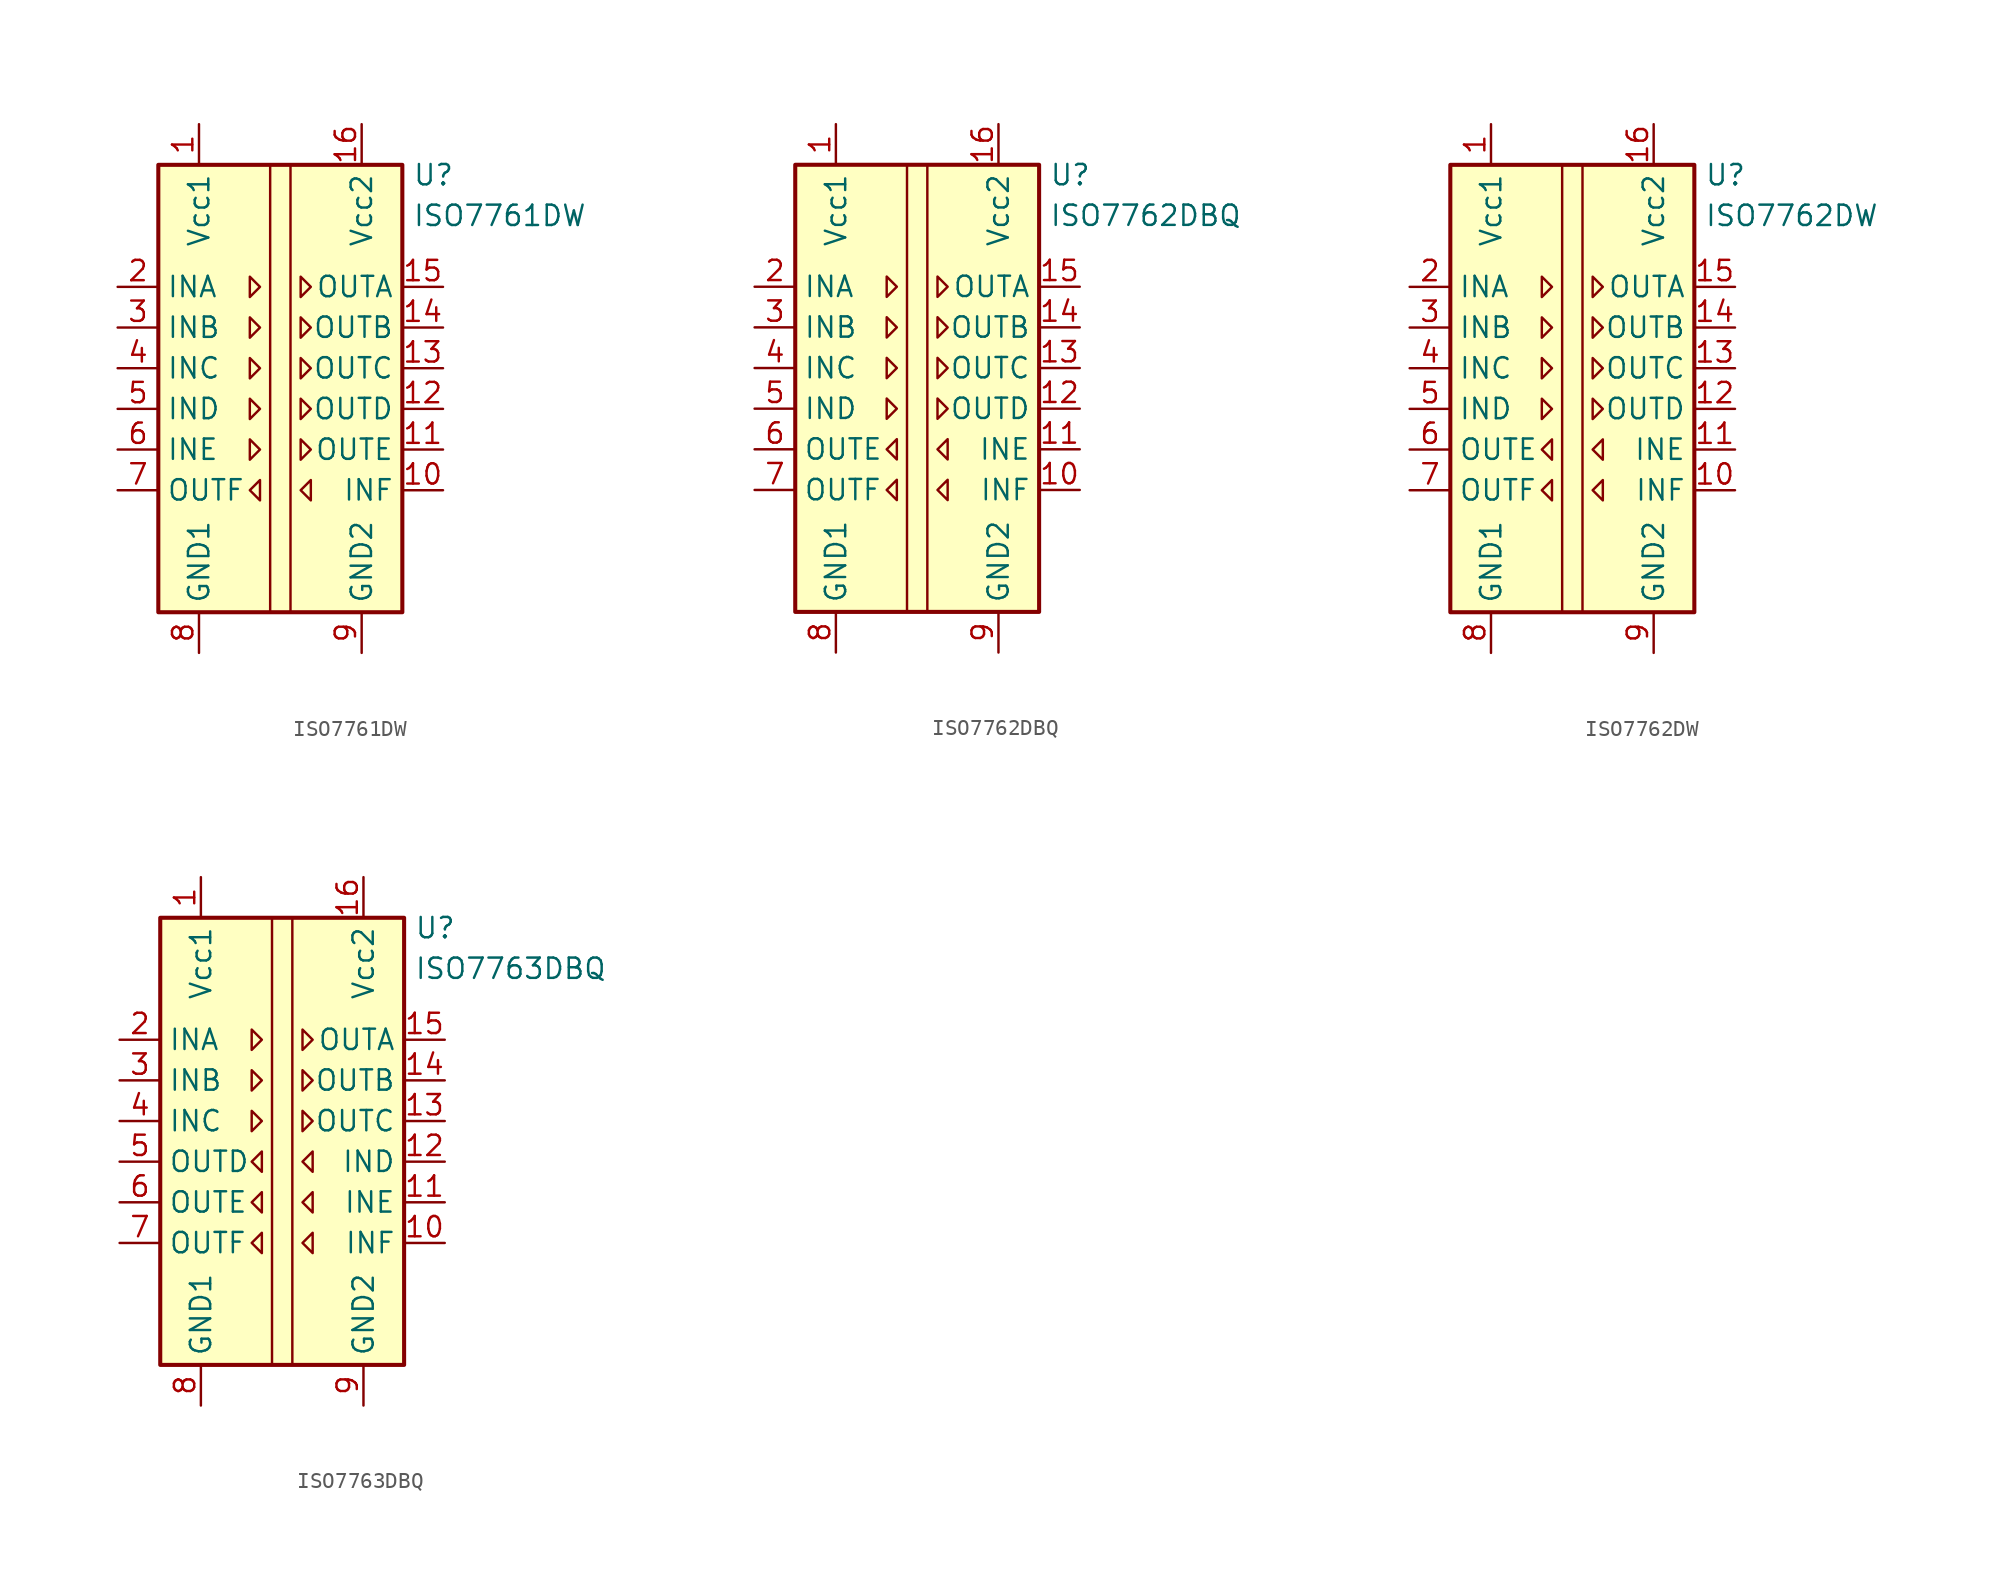
<source format=kicad_sym>
(kicad_symbol_lib
  (version 20201005)
  (generator kicad_symbol_editor)
  (symbol "ISO7761DW"
    (property "Reference" "U"
      (at 8.255 14.605 0)
      (effects (font (size 1.27 1.27)) (justify left)))
    (property "Value" "ISO7761DW"
      (at 8.255 12.065 0)
      (effects (font (size 1.27 1.27)) (justify left)))
    (symbol "ISO7761DW_0_1"
      (rectangle (start -7.62 15.24) (end 7.62 -12.7) (stroke (width 0.254)) (fill (type background)))
      (polyline (pts (xy -0.635 15.24) (xy -0.635 -12.7)) (stroke (width 0)) (fill (type none)))
      (polyline (pts (xy 0.635 15.24) (xy 0.635 -12.7)) (stroke (width 0)) (fill (type none)))
      (polyline (pts (xy -1.905 8.255) (xy -1.27 7.62) (xy -1.905 6.985) (xy -1.905 8.255)) (stroke (width 0)) (fill (type none)))
      (polyline (pts (xy 1.27 8.255) (xy 1.905 7.62) (xy 1.27 6.985) (xy 1.27 8.255)) (stroke (width 0)) (fill (type none))))
    (symbol "ISO7761DW_1_1"
      (polyline (pts (xy -1.905 -1.905) (xy -1.27 -2.54) (xy -1.905 -3.175) (xy -1.905 -1.905)) (stroke (width 0)) (fill (type none)))
      (polyline (pts (xy -1.905 0.635) (xy -1.27 0) (xy -1.905 -0.635) (xy -1.905 0.635)) (stroke (width 0)) (fill (type none)))
      (polyline (pts (xy -1.905 3.175) (xy -1.27 2.54) (xy -1.905 1.905) (xy -1.905 3.175)) (stroke (width 0)) (fill (type none)))
      (polyline (pts (xy -1.905 5.715) (xy -1.27 5.08) (xy -1.905 4.445) (xy -1.905 5.715)) (stroke (width 0)) (fill (type none)))
      (polyline (pts (xy -1.27 -4.445) (xy -1.905 -5.08) (xy -1.27 -5.715) (xy -1.27 -4.445)) (stroke (width 0)) (fill (type none)))
      (polyline (pts (xy 1.27 -1.905) (xy 1.905 -2.54) (xy 1.27 -3.175) (xy 1.27 -1.905)) (stroke (width 0)) (fill (type none)))
      (polyline (pts (xy 1.27 0.635) (xy 1.905 0) (xy 1.27 -0.635) (xy 1.27 0.635)) (stroke (width 0)) (fill (type none)))
      (polyline (pts (xy 1.27 3.175) (xy 1.905 2.54) (xy 1.27 1.905) (xy 1.27 3.175)) (stroke (width 0)) (fill (type none)))
      (polyline (pts (xy 1.27 5.715) (xy 1.905 5.08) (xy 1.27 4.445) (xy 1.27 5.715)) (stroke (width 0)) (fill (type none)))
      (polyline (pts (xy 1.905 -4.445) (xy 1.27 -5.08) (xy 1.905 -5.715) (xy 1.905 -4.445)) (stroke (width 0)) (fill (type none)))
      (pin power_in line (at -5.08 17.78 270) (length 2.54) (name "Vcc1" (effects (font (size 1.27 1.27)))) (number "1" (effects (font (size 1.27 1.27)))))
      (pin input line (at 10.16 -5.08 180) (length 2.54) (name "INF" (effects (font (size 1.27 1.27)))) (number "10" (effects (font (size 1.27 1.27)))))
      (pin output line (at 10.16 -2.54 180) (length 2.54) (name "OUTE" (effects (font (size 1.27 1.27)))) (number "11" (effects (font (size 1.27 1.27)))))
      (pin output line (at 10.16 0 180) (length 2.54) (name "OUTD" (effects (font (size 1.27 1.27)))) (number "12" (effects (font (size 1.27 1.27)))))
      (pin output line (at 10.16 2.54 180) (length 2.54) (name "OUTC" (effects (font (size 1.27 1.27)))) (number "13" (effects (font (size 1.27 1.27)))))
      (pin output line (at 10.16 5.08 180) (length 2.54) (name "OUTB" (effects (font (size 1.27 1.27)))) (number "14" (effects (font (size 1.27 1.27)))))
      (pin output line (at 10.16 7.62 180) (length 2.54) (name "OUTA" (effects (font (size 1.27 1.27)))) (number "15" (effects (font (size 1.27 1.27)))))
      (pin power_in line (at 5.08 17.78 270) (length 2.54) (name "Vcc2" (effects (font (size 1.27 1.27)))) (number "16" (effects (font (size 1.27 1.27)))))
      (pin input line (at -10.16 7.62 0) (length 2.54) (name "INA" (effects (font (size 1.27 1.27)))) (number "2" (effects (font (size 1.27 1.27)))))
      (pin input line (at -10.16 5.08 0) (length 2.54) (name "INB" (effects (font (size 1.27 1.27)))) (number "3" (effects (font (size 1.27 1.27)))))
      (pin input line (at -10.16 2.54 0) (length 2.54) (name "INC" (effects (font (size 1.27 1.27)))) (number "4" (effects (font (size 1.27 1.27)))))
      (pin input line (at -10.16 0 0) (length 2.54) (name "IND" (effects (font (size 1.27 1.27)))) (number "5" (effects (font (size 1.27 1.27)))))
      (pin input line (at -10.16 -2.54 0) (length 2.54) (name "INE" (effects (font (size 1.27 1.27)))) (number "6" (effects (font (size 1.27 1.27)))))
      (pin output line (at -10.16 -5.08 0) (length 2.54) (name "OUTF" (effects (font (size 1.27 1.27)))) (number "7" (effects (font (size 1.27 1.27)))))
      (pin power_in line (at -5.08 -15.24 90) (length 2.54) (name "GND1" (effects (font (size 1.27 1.27)))) (number "8" (effects (font (size 1.27 1.27)))))
      (pin power_in line (at 5.08 -15.24 90) (length 2.54) (name "GND2" (effects (font (size 1.27 1.27)))) (number "9" (effects (font (size 1.27 1.27)))))))
  (symbol "ISO7762DBQ"
    (property "Reference" "U"
      (at 8.255 14.605 0)
      (effects (font (size 1.27 1.27)) (justify left)))
    (property "Value" "ISO7762DBQ"
      (at 8.255 12.065 0)
      (effects (font (size 1.27 1.27)) (justify left)))
    (symbol "ISO7762DBQ_0_1"
      (rectangle (start -7.62 15.24) (end 7.62 -12.7) (stroke (width 0.254)) (fill (type background)))
      (polyline (pts (xy -0.635 15.24) (xy -0.635 -12.7)) (stroke (width 0)) (fill (type none)))
      (polyline (pts (xy 0.635 15.24) (xy 0.635 -12.7)) (stroke (width 0)) (fill (type none)))
      (polyline (pts (xy -1.905 8.255) (xy -1.27 7.62) (xy -1.905 6.985) (xy -1.905 8.255)) (stroke (width 0)) (fill (type none)))
      (polyline (pts (xy 1.27 8.255) (xy 1.905 7.62) (xy 1.27 6.985) (xy 1.27 8.255)) (stroke (width 0)) (fill (type none))))
    (symbol "ISO7762DBQ_1_1"
      (polyline (pts (xy -1.905 0.635) (xy -1.27 0) (xy -1.905 -0.635) (xy -1.905 0.635)) (stroke (width 0)) (fill (type none)))
      (polyline (pts (xy -1.905 3.175) (xy -1.27 2.54) (xy -1.905 1.905) (xy -1.905 3.175)) (stroke (width 0)) (fill (type none)))
      (polyline (pts (xy -1.905 5.715) (xy -1.27 5.08) (xy -1.905 4.445) (xy -1.905 5.715)) (stroke (width 0)) (fill (type none)))
      (polyline (pts (xy -1.27 -4.445) (xy -1.905 -5.08) (xy -1.27 -5.715) (xy -1.27 -4.445)) (stroke (width 0)) (fill (type none)))
      (polyline (pts (xy -1.27 -1.905) (xy -1.905 -2.54) (xy -1.27 -3.175) (xy -1.27 -1.905)) (stroke (width 0)) (fill (type none)))
      (polyline (pts (xy 1.27 0.635) (xy 1.905 0) (xy 1.27 -0.635) (xy 1.27 0.635)) (stroke (width 0)) (fill (type none)))
      (polyline (pts (xy 1.27 3.175) (xy 1.905 2.54) (xy 1.27 1.905) (xy 1.27 3.175)) (stroke (width 0)) (fill (type none)))
      (polyline (pts (xy 1.27 5.715) (xy 1.905 5.08) (xy 1.27 4.445) (xy 1.27 5.715)) (stroke (width 0)) (fill (type none)))
      (polyline (pts (xy 1.905 -4.445) (xy 1.27 -5.08) (xy 1.905 -5.715) (xy 1.905 -4.445)) (stroke (width 0)) (fill (type none)))
      (polyline (pts (xy 1.905 -1.905) (xy 1.27 -2.54) (xy 1.905 -3.175) (xy 1.905 -1.905)) (stroke (width 0)) (fill (type none)))
      (pin power_in line (at -5.08 17.78 270) (length 2.54) (name "Vcc1" (effects (font (size 1.27 1.27)))) (number "1" (effects (font (size 1.27 1.27)))))
      (pin input line (at 10.16 -5.08 180) (length 2.54) (name "INF" (effects (font (size 1.27 1.27)))) (number "10" (effects (font (size 1.27 1.27)))))
      (pin input line (at 10.16 -2.54 180) (length 2.54) (name "INE" (effects (font (size 1.27 1.27)))) (number "11" (effects (font (size 1.27 1.27)))))
      (pin output line (at 10.16 0 180) (length 2.54) (name "OUTD" (effects (font (size 1.27 1.27)))) (number "12" (effects (font (size 1.27 1.27)))))
      (pin output line (at 10.16 2.54 180) (length 2.54) (name "OUTC" (effects (font (size 1.27 1.27)))) (number "13" (effects (font (size 1.27 1.27)))))
      (pin output line (at 10.16 5.08 180) (length 2.54) (name "OUTB" (effects (font (size 1.27 1.27)))) (number "14" (effects (font (size 1.27 1.27)))))
      (pin output line (at 10.16 7.62 180) (length 2.54) (name "OUTA" (effects (font (size 1.27 1.27)))) (number "15" (effects (font (size 1.27 1.27)))))
      (pin power_in line (at 5.08 17.78 270) (length 2.54) (name "Vcc2" (effects (font (size 1.27 1.27)))) (number "16" (effects (font (size 1.27 1.27)))))
      (pin input line (at -10.16 7.62 0) (length 2.54) (name "INA" (effects (font (size 1.27 1.27)))) (number "2" (effects (font (size 1.27 1.27)))))
      (pin input line (at -10.16 5.08 0) (length 2.54) (name "INB" (effects (font (size 1.27 1.27)))) (number "3" (effects (font (size 1.27 1.27)))))
      (pin input line (at -10.16 2.54 0) (length 2.54) (name "INC" (effects (font (size 1.27 1.27)))) (number "4" (effects (font (size 1.27 1.27)))))
      (pin input line (at -10.16 0 0) (length 2.54) (name "IND" (effects (font (size 1.27 1.27)))) (number "5" (effects (font (size 1.27 1.27)))))
      (pin output line (at -10.16 -2.54 0) (length 2.54) (name "OUTE" (effects (font (size 1.27 1.27)))) (number "6" (effects (font (size 1.27 1.27)))))
      (pin output line (at -10.16 -5.08 0) (length 2.54) (name "OUTF" (effects (font (size 1.27 1.27)))) (number "7" (effects (font (size 1.27 1.27)))))
      (pin power_in line (at -5.08 -15.24 90) (length 2.54) (name "GND1" (effects (font (size 1.27 1.27)))) (number "8" (effects (font (size 1.27 1.27)))))
      (pin power_in line (at 5.08 -15.24 90) (length 2.54) (name "GND2" (effects (font (size 1.27 1.27)))) (number "9" (effects (font (size 1.27 1.27)))))))
  (symbol "ISO7762DW"
    (property "Reference" "U"
      (at 8.255 14.605 0)
      (effects (font (size 1.27 1.27)) (justify left)))
    (property "Value" "ISO7762DW"
      (at 8.255 12.065 0)
      (effects (font (size 1.27 1.27)) (justify left)))
    (symbol "ISO7762DW_0_1"
      (rectangle (start -7.62 15.24) (end 7.62 -12.7) (stroke (width 0.254)) (fill (type background)))
      (polyline (pts (xy -0.635 15.24) (xy -0.635 -12.7)) (stroke (width 0)) (fill (type none)))
      (polyline (pts (xy 0.635 15.24) (xy 0.635 -12.7)) (stroke (width 0)) (fill (type none)))
      (polyline (pts (xy -1.905 8.255) (xy -1.27 7.62) (xy -1.905 6.985) (xy -1.905 8.255)) (stroke (width 0)) (fill (type none)))
      (polyline (pts (xy 1.27 8.255) (xy 1.905 7.62) (xy 1.27 6.985) (xy 1.27 8.255)) (stroke (width 0)) (fill (type none))))
    (symbol "ISO7762DW_1_1"
      (polyline (pts (xy -1.905 0.635) (xy -1.27 0) (xy -1.905 -0.635) (xy -1.905 0.635)) (stroke (width 0)) (fill (type none)))
      (polyline (pts (xy -1.905 3.175) (xy -1.27 2.54) (xy -1.905 1.905) (xy -1.905 3.175)) (stroke (width 0)) (fill (type none)))
      (polyline (pts (xy -1.905 5.715) (xy -1.27 5.08) (xy -1.905 4.445) (xy -1.905 5.715)) (stroke (width 0)) (fill (type none)))
      (polyline (pts (xy -1.27 -4.445) (xy -1.905 -5.08) (xy -1.27 -5.715) (xy -1.27 -4.445)) (stroke (width 0)) (fill (type none)))
      (polyline (pts (xy -1.27 -1.905) (xy -1.905 -2.54) (xy -1.27 -3.175) (xy -1.27 -1.905)) (stroke (width 0)) (fill (type none)))
      (polyline (pts (xy 1.27 0.635) (xy 1.905 0) (xy 1.27 -0.635) (xy 1.27 0.635)) (stroke (width 0)) (fill (type none)))
      (polyline (pts (xy 1.27 3.175) (xy 1.905 2.54) (xy 1.27 1.905) (xy 1.27 3.175)) (stroke (width 0)) (fill (type none)))
      (polyline (pts (xy 1.27 5.715) (xy 1.905 5.08) (xy 1.27 4.445) (xy 1.27 5.715)) (stroke (width 0)) (fill (type none)))
      (polyline (pts (xy 1.905 -4.445) (xy 1.27 -5.08) (xy 1.905 -5.715) (xy 1.905 -4.445)) (stroke (width 0)) (fill (type none)))
      (polyline (pts (xy 1.905 -1.905) (xy 1.27 -2.54) (xy 1.905 -3.175) (xy 1.905 -1.905)) (stroke (width 0)) (fill (type none)))
      (pin power_in line (at -5.08 17.78 270) (length 2.54) (name "Vcc1" (effects (font (size 1.27 1.27)))) (number "1" (effects (font (size 1.27 1.27)))))
      (pin input line (at 10.16 -5.08 180) (length 2.54) (name "INF" (effects (font (size 1.27 1.27)))) (number "10" (effects (font (size 1.27 1.27)))))
      (pin input line (at 10.16 -2.54 180) (length 2.54) (name "INE" (effects (font (size 1.27 1.27)))) (number "11" (effects (font (size 1.27 1.27)))))
      (pin output line (at 10.16 0 180) (length 2.54) (name "OUTD" (effects (font (size 1.27 1.27)))) (number "12" (effects (font (size 1.27 1.27)))))
      (pin output line (at 10.16 2.54 180) (length 2.54) (name "OUTC" (effects (font (size 1.27 1.27)))) (number "13" (effects (font (size 1.27 1.27)))))
      (pin output line (at 10.16 5.08 180) (length 2.54) (name "OUTB" (effects (font (size 1.27 1.27)))) (number "14" (effects (font (size 1.27 1.27)))))
      (pin output line (at 10.16 7.62 180) (length 2.54) (name "OUTA" (effects (font (size 1.27 1.27)))) (number "15" (effects (font (size 1.27 1.27)))))
      (pin power_in line (at 5.08 17.78 270) (length 2.54) (name "Vcc2" (effects (font (size 1.27 1.27)))) (number "16" (effects (font (size 1.27 1.27)))))
      (pin input line (at -10.16 7.62 0) (length 2.54) (name "INA" (effects (font (size 1.27 1.27)))) (number "2" (effects (font (size 1.27 1.27)))))
      (pin input line (at -10.16 5.08 0) (length 2.54) (name "INB" (effects (font (size 1.27 1.27)))) (number "3" (effects (font (size 1.27 1.27)))))
      (pin input line (at -10.16 2.54 0) (length 2.54) (name "INC" (effects (font (size 1.27 1.27)))) (number "4" (effects (font (size 1.27 1.27)))))
      (pin input line (at -10.16 0 0) (length 2.54) (name "IND" (effects (font (size 1.27 1.27)))) (number "5" (effects (font (size 1.27 1.27)))))
      (pin output line (at -10.16 -2.54 0) (length 2.54) (name "OUTE" (effects (font (size 1.27 1.27)))) (number "6" (effects (font (size 1.27 1.27)))))
      (pin output line (at -10.16 -5.08 0) (length 2.54) (name "OUTF" (effects (font (size 1.27 1.27)))) (number "7" (effects (font (size 1.27 1.27)))))
      (pin power_in line (at -5.08 -15.24 90) (length 2.54) (name "GND1" (effects (font (size 1.27 1.27)))) (number "8" (effects (font (size 1.27 1.27)))))
      (pin power_in line (at 5.08 -15.24 90) (length 2.54) (name "GND2" (effects (font (size 1.27 1.27)))) (number "9" (effects (font (size 1.27 1.27)))))))
  (symbol "ISO7763DBQ"
    (property "Reference" "U"
      (at 8.255 14.605 0)
      (effects (font (size 1.27 1.27)) (justify left)))
    (property "Value" "ISO7763DBQ"
      (at 8.255 12.065 0)
      (effects (font (size 1.27 1.27)) (justify left)))
    (symbol "ISO7763DBQ_0_1"
      (rectangle (start -7.62 15.24) (end 7.62 -12.7) (stroke (width 0.254)) (fill (type background)))
      (polyline (pts (xy -0.635 15.24) (xy -0.635 -12.7)) (stroke (width 0)) (fill (type none)))
      (polyline (pts (xy 0.635 15.24) (xy 0.635 -12.7)) (stroke (width 0)) (fill (type none)))
      (polyline (pts (xy -1.905 8.255) (xy -1.27 7.62) (xy -1.905 6.985) (xy -1.905 8.255)) (stroke (width 0)) (fill (type none)))
      (polyline (pts (xy 1.27 8.255) (xy 1.905 7.62) (xy 1.27 6.985) (xy 1.27 8.255)) (stroke (width 0)) (fill (type none))))
    (symbol "ISO7763DBQ_1_1"
      (polyline (pts (xy -1.905 3.175) (xy -1.27 2.54) (xy -1.905 1.905) (xy -1.905 3.175)) (stroke (width 0)) (fill (type none)))
      (polyline (pts (xy -1.905 5.715) (xy -1.27 5.08) (xy -1.905 4.445) (xy -1.905 5.715)) (stroke (width 0)) (fill (type none)))
      (polyline (pts (xy -1.27 -4.445) (xy -1.905 -5.08) (xy -1.27 -5.715) (xy -1.27 -4.445)) (stroke (width 0)) (fill (type none)))
      (polyline (pts (xy -1.27 -1.905) (xy -1.905 -2.54) (xy -1.27 -3.175) (xy -1.27 -1.905)) (stroke (width 0)) (fill (type none)))
      (polyline (pts (xy -1.27 0.635) (xy -1.905 0) (xy -1.27 -0.635) (xy -1.27 0.635)) (stroke (width 0)) (fill (type none)))
      (polyline (pts (xy 1.27 3.175) (xy 1.905 2.54) (xy 1.27 1.905) (xy 1.27 3.175)) (stroke (width 0)) (fill (type none)))
      (polyline (pts (xy 1.27 5.715) (xy 1.905 5.08) (xy 1.27 4.445) (xy 1.27 5.715)) (stroke (width 0)) (fill (type none)))
      (polyline (pts (xy 1.905 -4.445) (xy 1.27 -5.08) (xy 1.905 -5.715) (xy 1.905 -4.445)) (stroke (width 0)) (fill (type none)))
      (polyline (pts (xy 1.905 -1.905) (xy 1.27 -2.54) (xy 1.905 -3.175) (xy 1.905 -1.905)) (stroke (width 0)) (fill (type none)))
      (polyline (pts (xy 1.905 0.635) (xy 1.27 0) (xy 1.905 -0.635) (xy 1.905 0.635)) (stroke (width 0)) (fill (type none)))
      (pin power_in line (at -5.08 17.78 270) (length 2.54) (name "Vcc1" (effects (font (size 1.27 1.27)))) (number "1" (effects (font (size 1.27 1.27)))))
      (pin input line (at 10.16 -5.08 180) (length 2.54) (name "INF" (effects (font (size 1.27 1.27)))) (number "10" (effects (font (size 1.27 1.27)))))
      (pin input line (at 10.16 -2.54 180) (length 2.54) (name "INE" (effects (font (size 1.27 1.27)))) (number "11" (effects (font (size 1.27 1.27)))))
      (pin input line (at 10.16 0 180) (length 2.54) (name "IND" (effects (font (size 1.27 1.27)))) (number "12" (effects (font (size 1.27 1.27)))))
      (pin output line (at 10.16 2.54 180) (length 2.54) (name "OUTC" (effects (font (size 1.27 1.27)))) (number "13" (effects (font (size 1.27 1.27)))))
      (pin output line (at 10.16 5.08 180) (length 2.54) (name "OUTB" (effects (font (size 1.27 1.27)))) (number "14" (effects (font (size 1.27 1.27)))))
      (pin output line (at 10.16 7.62 180) (length 2.54) (name "OUTA" (effects (font (size 1.27 1.27)))) (number "15" (effects (font (size 1.27 1.27)))))
      (pin power_in line (at 5.08 17.78 270) (length 2.54) (name "Vcc2" (effects (font (size 1.27 1.27)))) (number "16" (effects (font (size 1.27 1.27)))))
      (pin input line (at -10.16 7.62 0) (length 2.54) (name "INA" (effects (font (size 1.27 1.27)))) (number "2" (effects (font (size 1.27 1.27)))))
      (pin input line (at -10.16 5.08 0) (length 2.54) (name "INB" (effects (font (size 1.27 1.27)))) (number "3" (effects (font (size 1.27 1.27)))))
      (pin input line (at -10.16 2.54 0) (length 2.54) (name "INC" (effects (font (size 1.27 1.27)))) (number "4" (effects (font (size 1.27 1.27)))))
      (pin output line (at -10.16 0 0) (length 2.54) (name "OUTD" (effects (font (size 1.27 1.27)))) (number "5" (effects (font (size 1.27 1.27)))))
      (pin output line (at -10.16 -2.54 0) (length 2.54) (name "OUTE" (effects (font (size 1.27 1.27)))) (number "6" (effects (font (size 1.27 1.27)))))
      (pin output line (at -10.16 -5.08 0) (length 2.54) (name "OUTF" (effects (font (size 1.27 1.27)))) (number "7" (effects (font (size 1.27 1.27)))))
      (pin power_in line (at -5.08 -15.24 90) (length 2.54) (name "GND1" (effects (font (size 1.27 1.27)))) (number "8" (effects (font (size 1.27 1.27)))))
      (pin power_in line (at 5.08 -15.24 90) (length 2.54) (name "GND2" (effects (font (size 1.27 1.27)))) (number "9" (effects (font (size 1.27 1.27))))))))
</source>
